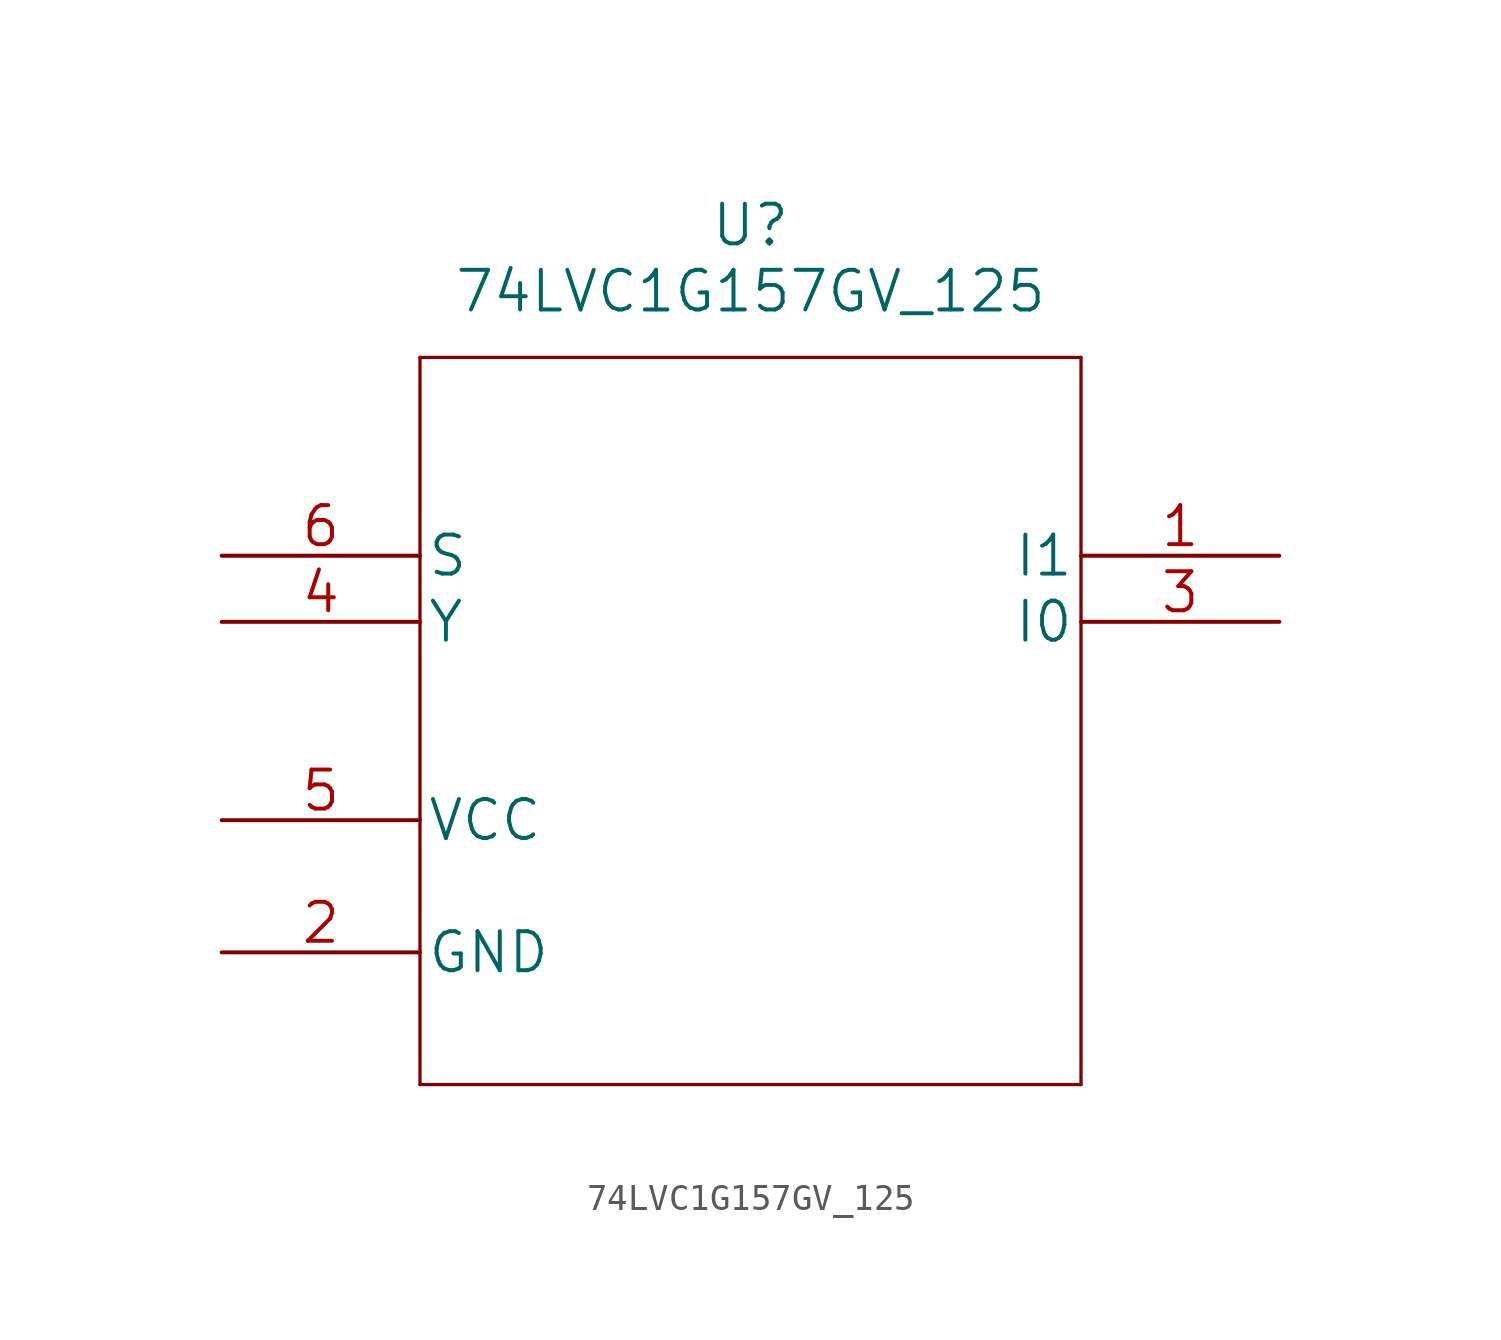
<source format=kicad_sym>
(kicad_symbol_lib
  (version 20211014)
  (generator kicad_symbol_editor)
  (symbol "74LVC1G157GV_125"
    (pin_names
      (offset 0.254))
    (property "Reference" "U"
      (at 20.32 12.7 0)
      (effects (font (size 1.524 1.524))))
    (property "Value" "74LVC1G157GV_125"
      (at 20.32 10.16 0)
      (effects (font (size 1.524 1.524))))
    (symbol "74LVC1G157GV_125_1_1"
      (polyline (pts (xy 7.62 -20.32) (xy 33.02 -20.32)) (stroke (width 0.127) (type default) (color 0 0 0 0)) (fill (type none)))
      (polyline (pts (xy 7.62 7.62) (xy 7.62 -20.32)) (stroke (width 0.127) (type default) (color 0 0 0 0)) (fill (type none)))
      (polyline (pts (xy 33.02 -20.32) (xy 33.02 7.62)) (stroke (width 0.127) (type default) (color 0 0 0 0)) (fill (type none)))
      (polyline (pts (xy 33.02 7.62) (xy 7.62 7.62)) (stroke (width 0.127) (type default) (color 0 0 0 0)) (fill (type none)))
      (pin bidirectional line (at 40.64 0 180) (length 7.62) (name "I1" (effects (font (size 1.499 1.499)))) (number "1" (effects (font (size 1.499 1.499)))))
      (pin power_in line (at 0 -15.24 0) (length 7.62) (name "GND" (effects (font (size 1.499 1.499)))) (number "2" (effects (font (size 1.499 1.499)))))
      (pin bidirectional line (at 40.64 -2.54 180) (length 7.62) (name "I0" (effects (font (size 1.499 1.499)))) (number "3" (effects (font (size 1.499 1.499)))))
      (pin unspecified line (at 0 -2.54 0) (length 7.62) (name "Y" (effects (font (size 1.499 1.499)))) (number "4" (effects (font (size 1.499 1.499)))))
      (pin power_in line (at 0 -10.16 0) (length 7.62) (name "VCC" (effects (font (size 1.499 1.499)))) (number "5" (effects (font (size 1.499 1.499)))))
      (pin unspecified line (at 0 0 0) (length 7.62) (name "S" (effects (font (size 1.499 1.499)))) (number "6" (effects (font (size 1.499 1.499))))))))
</source>
